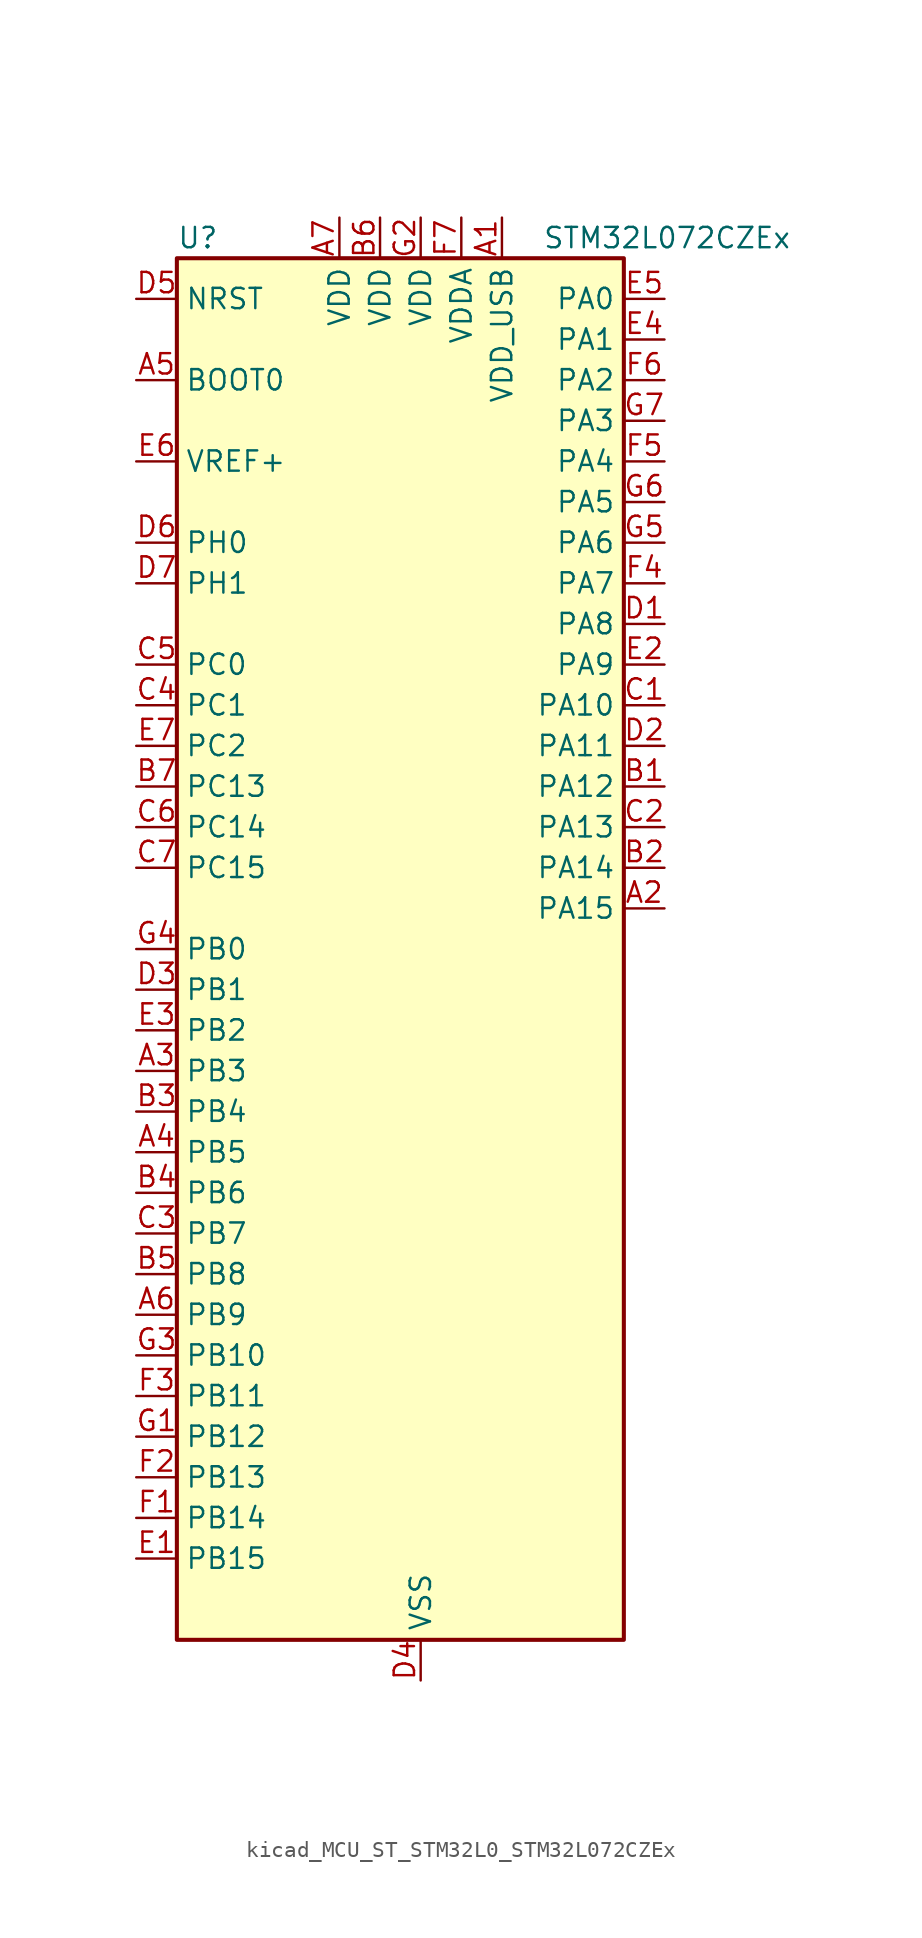
<source format=kicad_sym>
(kicad_symbol_lib
  (version 20220914)
  (generator kicad_symbol_editor)
  (symbol "kicad_MCU_ST_STM32L0_STM32L072CZEx"
    (property "Reference" "U"
      (at -12.7 44.45 0)
      (effects (font (size 1.27 1.27)) (justify left)))
    (property "Value" "STM32L072CZEx"
      (at 10.16 44.45 0)
      (effects (font (size 1.27 1.27)) (justify left)))
    (property "ki_locked" ""
      (at 0 0 0)
      (effects (font (size 1.27 1.27))))
    (symbol "kicad_MCU_ST_STM32L0_STM32L072CZEx_0_1"
      (rectangle (start -12.7 -43.18) (end 15.24 43.18) (stroke (width 0.254) (type default)) (fill (type background))))
    (symbol "kicad_MCU_ST_STM32L0_STM32L072CZEx_1_1"
      (pin power_in line (at 7.62 45.72 270) (length 2.54) (name "VDD_USB" (effects (font (size 1.27 1.27)))) (number "A1" (effects (font (size 1.27 1.27)))))
      (pin bidirectional line (at 17.78 2.54 180) (length 2.54) (name "PA15" (effects (font (size 1.27 1.27)))) (number "A2" (effects (font (size 1.27 1.27)))) (alternate "SPI1_NSS" bidirectional line) (alternate "TIM2_CH1" bidirectional line) (alternate "TIM2_ETR" bidirectional line) (alternate "USART2_RX" bidirectional line) (alternate "USART4_DE" bidirectional line) (alternate "USART4_RTS" bidirectional line))
      (pin bidirectional line (at -15.24 -7.62 0) (length 2.54) (name "PB3" (effects (font (size 1.27 1.27)))) (number "A3" (effects (font (size 1.27 1.27)))) (alternate "COMP2_INM" bidirectional line) (alternate "SPI1_SCK" bidirectional line) (alternate "TIM2_CH2" bidirectional line) (alternate "TSC_G5_IO1" bidirectional line) (alternate "USART1_DE" bidirectional line) (alternate "USART1_RTS" bidirectional line) (alternate "USART5_TX" bidirectional line))
      (pin bidirectional line (at -15.24 -12.7 0) (length 2.54) (name "PB5" (effects (font (size 1.27 1.27)))) (number "A4" (effects (font (size 1.27 1.27)))) (alternate "COMP2_INP" bidirectional line) (alternate "I2C1_SMBA" bidirectional line) (alternate "LPTIM1_IN1" bidirectional line) (alternate "SPI1_MOSI" bidirectional line) (alternate "TIM22_CH2" bidirectional line) (alternate "TIM3_CH2" bidirectional line) (alternate "USART1_CK" bidirectional line) (alternate "USART5_CK" bidirectional line) (alternate "USART5_DE" bidirectional line) (alternate "USART5_RTS" bidirectional line))
      (pin input line (at -15.24 35.56 0) (length 2.54) (name "BOOT0" (effects (font (size 1.27 1.27)))) (number "A5" (effects (font (size 1.27 1.27)))))
      (pin bidirectional line (at -15.24 -22.86 0) (length 2.54) (name "PB9" (effects (font (size 1.27 1.27)))) (number "A6" (effects (font (size 1.27 1.27)))) (alternate "DAC_EXTI9" bidirectional line) (alternate "I2C1_SDA" bidirectional line) (alternate "I2S2_WS" bidirectional line) (alternate "SPI2_NSS" bidirectional line))
      (pin power_in line (at -2.54 45.72 270) (length 2.54) (name "VDD" (effects (font (size 1.27 1.27)))) (number "A7" (effects (font (size 1.27 1.27)))))
      (pin bidirectional line (at 17.78 10.16 180) (length 2.54) (name "PA12" (effects (font (size 1.27 1.27)))) (number "B1" (effects (font (size 1.27 1.27)))) (alternate "COMP2_OUT" bidirectional line) (alternate "SPI1_MOSI" bidirectional line) (alternate "TSC_G4_IO4" bidirectional line) (alternate "USART1_DE" bidirectional line) (alternate "USART1_RTS" bidirectional line) (alternate "USB_DP" bidirectional line))
      (pin bidirectional line (at 17.78 5.08 180) (length 2.54) (name "PA14" (effects (font (size 1.27 1.27)))) (number "B2" (effects (font (size 1.27 1.27)))) (alternate "LPUART1_TX" bidirectional line) (alternate "SYS_SWCLK" bidirectional line) (alternate "USART2_TX" bidirectional line))
      (pin bidirectional line (at -15.24 -10.16 0) (length 2.54) (name "PB4" (effects (font (size 1.27 1.27)))) (number "B3" (effects (font (size 1.27 1.27)))) (alternate "COMP2_INP" bidirectional line) (alternate "I2C3_SDA" bidirectional line) (alternate "SPI1_MISO" bidirectional line) (alternate "TIM22_CH1" bidirectional line) (alternate "TIM3_CH1" bidirectional line) (alternate "TSC_G5_IO2" bidirectional line) (alternate "USART1_CTS" bidirectional line) (alternate "USART5_RX" bidirectional line))
      (pin bidirectional line (at -15.24 -15.24 0) (length 2.54) (name "PB6" (effects (font (size 1.27 1.27)))) (number "B4" (effects (font (size 1.27 1.27)))) (alternate "COMP2_INP" bidirectional line) (alternate "I2C1_SCL" bidirectional line) (alternate "LPTIM1_ETR" bidirectional line) (alternate "TSC_G5_IO3" bidirectional line) (alternate "USART1_TX" bidirectional line))
      (pin bidirectional line (at -15.24 -20.32 0) (length 2.54) (name "PB8" (effects (font (size 1.27 1.27)))) (number "B5" (effects (font (size 1.27 1.27)))) (alternate "I2C1_SCL" bidirectional line) (alternate "TSC_SYNC" bidirectional line))
      (pin power_in line (at 0 45.72 270) (length 2.54) (name "VDD" (effects (font (size 1.27 1.27)))) (number "B6" (effects (font (size 1.27 1.27)))))
      (pin bidirectional line (at -15.24 10.16 0) (length 2.54) (name "PC13" (effects (font (size 1.27 1.27)))) (number "B7" (effects (font (size 1.27 1.27)))) (alternate "RTC_OUT_ALARM" bidirectional line) (alternate "RTC_OUT_CALIB" bidirectional line) (alternate "RTC_TAMP1" bidirectional line) (alternate "RTC_TS" bidirectional line) (alternate "SYS_WKUP2" bidirectional line))
      (pin bidirectional line (at 17.78 15.24 180) (length 2.54) (name "PA10" (effects (font (size 1.27 1.27)))) (number "C1" (effects (font (size 1.27 1.27)))) (alternate "I2C1_SDA" bidirectional line) (alternate "TSC_G4_IO2" bidirectional line) (alternate "USART1_RX" bidirectional line))
      (pin bidirectional line (at 17.78 7.62 180) (length 2.54) (name "PA13" (effects (font (size 1.27 1.27)))) (number "C2" (effects (font (size 1.27 1.27)))) (alternate "LPUART1_RX" bidirectional line) (alternate "SYS_SWDIO" bidirectional line) (alternate "USB_NOE" bidirectional line))
      (pin bidirectional line (at -15.24 -17.78 0) (length 2.54) (name "PB7" (effects (font (size 1.27 1.27)))) (number "C3" (effects (font (size 1.27 1.27)))) (alternate "COMP2_INP" bidirectional line) (alternate "I2C1_SDA" bidirectional line) (alternate "LPTIM1_IN2" bidirectional line) (alternate "SYS_PVD_IN" bidirectional line) (alternate "TSC_G5_IO4" bidirectional line) (alternate "USART1_RX" bidirectional line) (alternate "USART4_CTS" bidirectional line))
      (pin bidirectional line (at -15.24 15.24 0) (length 2.54) (name "PC1" (effects (font (size 1.27 1.27)))) (number "C4" (effects (font (size 1.27 1.27)))) (alternate "ADC_IN11" bidirectional line) (alternate "I2C3_SDA" bidirectional line) (alternate "LPTIM1_OUT" bidirectional line) (alternate "LPUART1_TX" bidirectional line) (alternate "TSC_G7_IO2" bidirectional line))
      (pin bidirectional line (at -15.24 17.78 0) (length 2.54) (name "PC0" (effects (font (size 1.27 1.27)))) (number "C5" (effects (font (size 1.27 1.27)))) (alternate "ADC_IN10" bidirectional line) (alternate "I2C3_SCL" bidirectional line) (alternate "LPTIM1_IN1" bidirectional line) (alternate "LPUART1_RX" bidirectional line) (alternate "TSC_G7_IO1" bidirectional line))
      (pin bidirectional line (at -15.24 7.62 0) (length 2.54) (name "PC14" (effects (font (size 1.27 1.27)))) (number "C6" (effects (font (size 1.27 1.27)))) (alternate "RCC_OSC32_IN" bidirectional line))
      (pin bidirectional line (at -15.24 5.08 0) (length 2.54) (name "PC15" (effects (font (size 1.27 1.27)))) (number "C7" (effects (font (size 1.27 1.27)))) (alternate "RCC_OSC32_OUT" bidirectional line))
      (pin bidirectional line (at 17.78 20.32 180) (length 2.54) (name "PA8" (effects (font (size 1.27 1.27)))) (number "D1" (effects (font (size 1.27 1.27)))) (alternate "CRS_SYNC" bidirectional line) (alternate "I2C3_SCL" bidirectional line) (alternate "RCC_MCO" bidirectional line) (alternate "USART1_CK" bidirectional line))
      (pin bidirectional line (at 17.78 12.7 180) (length 2.54) (name "PA11" (effects (font (size 1.27 1.27)))) (number "D2" (effects (font (size 1.27 1.27)))) (alternate "ADC_EXTI11" bidirectional line) (alternate "COMP1_OUT" bidirectional line) (alternate "SPI1_MISO" bidirectional line) (alternate "TSC_G4_IO3" bidirectional line) (alternate "USART1_CTS" bidirectional line) (alternate "USB_DM" bidirectional line))
      (pin bidirectional line (at -15.24 -2.54 0) (length 2.54) (name "PB1" (effects (font (size 1.27 1.27)))) (number "D3" (effects (font (size 1.27 1.27)))) (alternate "ADC_IN9" bidirectional line) (alternate "LPUART1_DE" bidirectional line) (alternate "LPUART1_RTS" bidirectional line) (alternate "SYS_VREF_OUT_PB1" bidirectional line) (alternate "TIM3_CH4" bidirectional line) (alternate "TSC_G3_IO3" bidirectional line))
      (pin power_in line (at 2.54 -45.72 90) (length 2.54) (name "VSS" (effects (font (size 1.27 1.27)))) (number "D4" (effects (font (size 1.27 1.27)))))
      (pin input line (at -15.24 40.64 0) (length 2.54) (name "NRST" (effects (font (size 1.27 1.27)))) (number "D5" (effects (font (size 1.27 1.27)))))
      (pin bidirectional line (at -15.24 25.4 0) (length 2.54) (name "PH0" (effects (font (size 1.27 1.27)))) (number "D6" (effects (font (size 1.27 1.27)))) (alternate "CRS_SYNC" bidirectional line) (alternate "RCC_OSC_IN" bidirectional line))
      (pin bidirectional line (at -15.24 22.86 0) (length 2.54) (name "PH1" (effects (font (size 1.27 1.27)))) (number "D7" (effects (font (size 1.27 1.27)))) (alternate "RCC_OSC_OUT" bidirectional line))
      (pin bidirectional line (at -15.24 -38.1 0) (length 2.54) (name "PB15" (effects (font (size 1.27 1.27)))) (number "E1" (effects (font (size 1.27 1.27)))) (alternate "I2S2_SD" bidirectional line) (alternate "RTC_REFIN" bidirectional line) (alternate "SPI2_MOSI" bidirectional line))
      (pin bidirectional line (at 17.78 17.78 180) (length 2.54) (name "PA9" (effects (font (size 1.27 1.27)))) (number "E2" (effects (font (size 1.27 1.27)))) (alternate "DAC_EXTI9" bidirectional line) (alternate "I2C1_SCL" bidirectional line) (alternate "I2C3_SMBA" bidirectional line) (alternate "RCC_MCO" bidirectional line) (alternate "TSC_G4_IO1" bidirectional line) (alternate "USART1_TX" bidirectional line))
      (pin bidirectional line (at -15.24 -5.08 0) (length 2.54) (name "PB2" (effects (font (size 1.27 1.27)))) (number "E3" (effects (font (size 1.27 1.27)))) (alternate "I2C3_SMBA" bidirectional line) (alternate "LPTIM1_OUT" bidirectional line) (alternate "TSC_G3_IO4" bidirectional line))
      (pin bidirectional line (at 17.78 38.1 180) (length 2.54) (name "PA1" (effects (font (size 1.27 1.27)))) (number "E4" (effects (font (size 1.27 1.27)))) (alternate "ADC_IN1" bidirectional line) (alternate "COMP1_INP" bidirectional line) (alternate "TIM21_ETR" bidirectional line) (alternate "TIM2_CH2" bidirectional line) (alternate "TSC_G1_IO2" bidirectional line) (alternate "USART2_DE" bidirectional line) (alternate "USART2_RTS" bidirectional line) (alternate "USART4_RX" bidirectional line))
      (pin bidirectional line (at 17.78 40.64 180) (length 2.54) (name "PA0" (effects (font (size 1.27 1.27)))) (number "E5" (effects (font (size 1.27 1.27)))) (alternate "ADC_IN0" bidirectional line) (alternate "COMP1_INM" bidirectional line) (alternate "COMP1_OUT" bidirectional line) (alternate "RTC_TAMP2" bidirectional line) (alternate "SYS_WKUP1" bidirectional line) (alternate "TIM2_CH1" bidirectional line) (alternate "TIM2_ETR" bidirectional line) (alternate "TSC_G1_IO1" bidirectional line) (alternate "USART2_CTS" bidirectional line) (alternate "USART4_TX" bidirectional line))
      (pin input line (at -15.24 30.48 0) (length 2.54) (name "VREF+" (effects (font (size 1.27 1.27)))) (number "E6" (effects (font (size 1.27 1.27)))))
      (pin bidirectional line (at -15.24 12.7 0) (length 2.54) (name "PC2" (effects (font (size 1.27 1.27)))) (number "E7" (effects (font (size 1.27 1.27)))) (alternate "ADC_IN12" bidirectional line) (alternate "I2S2_MCK" bidirectional line) (alternate "LPTIM1_IN2" bidirectional line) (alternate "SPI2_MISO" bidirectional line) (alternate "TSC_G7_IO3" bidirectional line))
      (pin bidirectional line (at -15.24 -35.56 0) (length 2.54) (name "PB14" (effects (font (size 1.27 1.27)))) (number "F1" (effects (font (size 1.27 1.27)))) (alternate "I2C2_SDA" bidirectional line) (alternate "I2S2_MCK" bidirectional line) (alternate "LPUART1_DE" bidirectional line) (alternate "LPUART1_RTS" bidirectional line) (alternate "RTC_OUT_ALARM" bidirectional line) (alternate "RTC_OUT_CALIB" bidirectional line) (alternate "SPI2_MISO" bidirectional line) (alternate "TIM21_CH2" bidirectional line) (alternate "TSC_G6_IO4" bidirectional line))
      (pin bidirectional line (at -15.24 -33.02 0) (length 2.54) (name "PB13" (effects (font (size 1.27 1.27)))) (number "F2" (effects (font (size 1.27 1.27)))) (alternate "I2C2_SCL" bidirectional line) (alternate "I2S2_CK" bidirectional line) (alternate "LPUART1_CTS" bidirectional line) (alternate "RCC_MCO" bidirectional line) (alternate "SPI2_SCK" bidirectional line) (alternate "TIM21_CH1" bidirectional line) (alternate "TSC_G6_IO3" bidirectional line))
      (pin bidirectional line (at -15.24 -27.94 0) (length 2.54) (name "PB11" (effects (font (size 1.27 1.27)))) (number "F3" (effects (font (size 1.27 1.27)))) (alternate "ADC_EXTI11" bidirectional line) (alternate "I2C2_SDA" bidirectional line) (alternate "LPUART1_RX" bidirectional line) (alternate "LPUART1_TX" bidirectional line) (alternate "TIM2_CH4" bidirectional line) (alternate "TSC_G6_IO1" bidirectional line))
      (pin bidirectional line (at 17.78 22.86 180) (length 2.54) (name "PA7" (effects (font (size 1.27 1.27)))) (number "F4" (effects (font (size 1.27 1.27)))) (alternate "ADC_IN7" bidirectional line) (alternate "COMP2_OUT" bidirectional line) (alternate "SPI1_MOSI" bidirectional line) (alternate "TIM22_CH2" bidirectional line) (alternate "TIM3_CH2" bidirectional line) (alternate "TSC_G2_IO4" bidirectional line))
      (pin bidirectional line (at 17.78 30.48 180) (length 2.54) (name "PA4" (effects (font (size 1.27 1.27)))) (number "F5" (effects (font (size 1.27 1.27)))) (alternate "ADC_IN4" bidirectional line) (alternate "COMP1_INM" bidirectional line) (alternate "COMP2_INM" bidirectional line) (alternate "DAC_OUT1" bidirectional line) (alternate "SPI1_NSS" bidirectional line) (alternate "TIM22_ETR" bidirectional line) (alternate "TSC_G2_IO1" bidirectional line) (alternate "USART2_CK" bidirectional line))
      (pin bidirectional line (at 17.78 35.56 180) (length 2.54) (name "PA2" (effects (font (size 1.27 1.27)))) (number "F6" (effects (font (size 1.27 1.27)))) (alternate "ADC_IN2" bidirectional line) (alternate "COMP2_INM" bidirectional line) (alternate "COMP2_OUT" bidirectional line) (alternate "LPUART1_TX" bidirectional line) (alternate "TIM21_CH1" bidirectional line) (alternate "TIM2_CH3" bidirectional line) (alternate "TSC_G1_IO3" bidirectional line) (alternate "USART2_TX" bidirectional line))
      (pin power_in line (at 5.08 45.72 270) (length 2.54) (name "VDDA" (effects (font (size 1.27 1.27)))) (number "F7" (effects (font (size 1.27 1.27)))))
      (pin bidirectional line (at -15.24 -30.48 0) (length 2.54) (name "PB12" (effects (font (size 1.27 1.27)))) (number "G1" (effects (font (size 1.27 1.27)))) (alternate "I2S2_WS" bidirectional line) (alternate "LPUART1_DE" bidirectional line) (alternate "LPUART1_RTS" bidirectional line) (alternate "SPI2_NSS" bidirectional line) (alternate "TSC_G6_IO2" bidirectional line))
      (pin power_in line (at 2.54 45.72 270) (length 2.54) (name "VDD" (effects (font (size 1.27 1.27)))) (number "G2" (effects (font (size 1.27 1.27)))))
      (pin bidirectional line (at -15.24 -25.4 0) (length 2.54) (name "PB10" (effects (font (size 1.27 1.27)))) (number "G3" (effects (font (size 1.27 1.27)))) (alternate "I2C2_SCL" bidirectional line) (alternate "LPUART1_RX" bidirectional line) (alternate "LPUART1_TX" bidirectional line) (alternate "SPI2_SCK" bidirectional line) (alternate "TIM2_CH3" bidirectional line) (alternate "TSC_SYNC" bidirectional line))
      (pin bidirectional line (at -15.24 0 0) (length 2.54) (name "PB0" (effects (font (size 1.27 1.27)))) (number "G4" (effects (font (size 1.27 1.27)))) (alternate "ADC_IN8" bidirectional line) (alternate "SYS_VREF_OUT_PB0" bidirectional line) (alternate "TIM3_CH3" bidirectional line) (alternate "TSC_G3_IO2" bidirectional line))
      (pin bidirectional line (at 17.78 25.4 180) (length 2.54) (name "PA6" (effects (font (size 1.27 1.27)))) (number "G5" (effects (font (size 1.27 1.27)))) (alternate "ADC_IN6" bidirectional line) (alternate "COMP1_OUT" bidirectional line) (alternate "LPUART1_CTS" bidirectional line) (alternate "SPI1_MISO" bidirectional line) (alternate "TIM22_CH1" bidirectional line) (alternate "TIM3_CH1" bidirectional line) (alternate "TSC_G2_IO3" bidirectional line))
      (pin bidirectional line (at 17.78 27.94 180) (length 2.54) (name "PA5" (effects (font (size 1.27 1.27)))) (number "G6" (effects (font (size 1.27 1.27)))) (alternate "ADC_IN5" bidirectional line) (alternate "COMP1_INM" bidirectional line) (alternate "COMP2_INM" bidirectional line) (alternate "DAC_OUT2" bidirectional line) (alternate "SPI1_SCK" bidirectional line) (alternate "TIM2_CH1" bidirectional line) (alternate "TIM2_ETR" bidirectional line) (alternate "TSC_G2_IO2" bidirectional line))
      (pin bidirectional line (at 17.78 33.02 180) (length 2.54) (name "PA3" (effects (font (size 1.27 1.27)))) (number "G7" (effects (font (size 1.27 1.27)))) (alternate "ADC_IN3" bidirectional line) (alternate "COMP2_INP" bidirectional line) (alternate "LPUART1_RX" bidirectional line) (alternate "TIM21_CH2" bidirectional line) (alternate "TIM2_CH4" bidirectional line) (alternate "TSC_G1_IO4" bidirectional line) (alternate "USART2_RX" bidirectional line)))))
</source>
